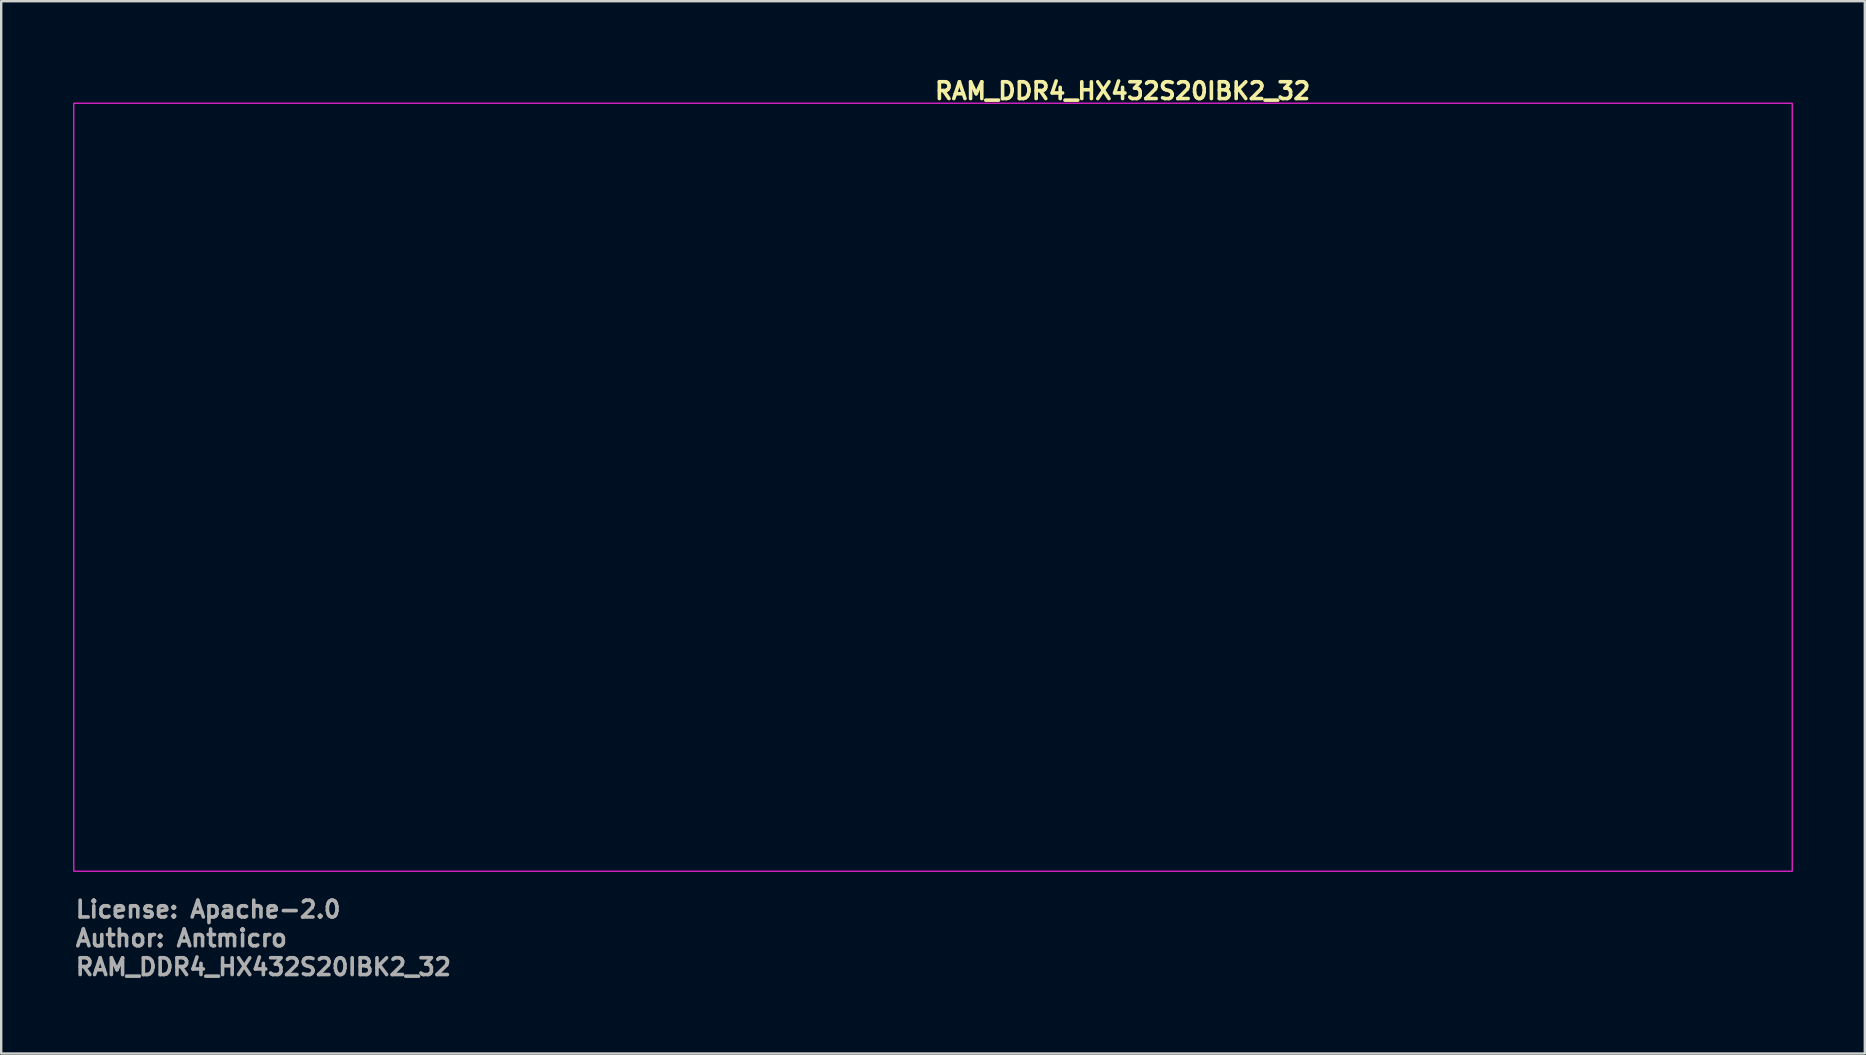
<source format=kicad_pcb>
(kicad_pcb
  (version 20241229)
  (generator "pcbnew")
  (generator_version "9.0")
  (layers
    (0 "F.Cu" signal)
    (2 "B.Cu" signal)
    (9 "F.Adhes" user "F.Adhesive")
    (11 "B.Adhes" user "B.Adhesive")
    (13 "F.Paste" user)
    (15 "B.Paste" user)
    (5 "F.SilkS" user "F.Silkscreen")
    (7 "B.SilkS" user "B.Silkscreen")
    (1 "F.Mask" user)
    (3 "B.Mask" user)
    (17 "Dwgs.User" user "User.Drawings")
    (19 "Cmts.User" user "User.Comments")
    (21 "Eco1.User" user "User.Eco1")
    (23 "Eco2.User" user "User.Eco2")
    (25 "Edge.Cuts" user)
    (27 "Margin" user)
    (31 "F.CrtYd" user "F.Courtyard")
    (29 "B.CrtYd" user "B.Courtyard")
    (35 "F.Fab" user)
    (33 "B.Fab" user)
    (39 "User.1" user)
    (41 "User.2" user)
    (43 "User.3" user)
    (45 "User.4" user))
  (footprint "RAM_DDR4_HX432S20IBK2_32"
    (layer "F.Cu")
    (at 35.825 17.25)
    (property "Reference" "RAM_DDR4_HX432S20IBK2_32" (at 0 -16.1 0) (layer "F.SilkS") (effects (font (size 0.7 0.7) (thickness 0.15)) (justify left bottom)))
    (attr exclude_from_pos_files exclude_from_bom)
    (fp_rect (start -35.8 -16) (end 35.8 16) (stroke (width 0.05) (type solid)) (fill no) (layer "F.CrtYd"))
    (fp_rect (start -34.8 -15) (end 34.8 15) (stroke (width 0.1) (type solid)) (fill no) (layer "User.5"))
    (fp_line (start -34.8 -14.4) (end -34.8 -7) (stroke (width 0.02) (type solid)) (layer "User.9"))
    (fp_line (start -34.8 -3) (end -34.8 14.4) (stroke (width 0.02) (type solid)) (layer "User.9"))
    (fp_line (start -34.8 -3) (end -33.7 -3) (stroke (width 0.02) (type solid)) (layer "User.9"))
    (fp_line (start -34.8 14.4) (end -34.2 15) (stroke (width 0.02) (type solid)) (layer "User.9"))
    (fp_line (start -34.2 -15) (end -34.8 -14.4) (stroke (width 0.02) (type solid)) (layer "User.9"))
    (fp_line (start -34.2 15) (end -32.75 15) (stroke (width 0.02) (type solid)) (layer "User.9"))
    (fp_line (start -33.7 -7) (end -34.8 -7) (stroke (width 0.02) (type solid)) (layer "User.9"))
    (fp_line (start -33.7 -3) (end -33.632 -3.004) (stroke (width 0.02) (type solid)) (layer "User.9"))
    (fp_line (start -33.632 -6.996) (end -33.7 -7) (stroke (width 0.02) (type solid)) (layer "User.9"))
    (fp_line (start -33.632 -3.004) (end -33.565 -3.014) (stroke (width 0.02) (type solid)) (layer "User.9"))
    (fp_line (start -33.565 -6.986) (end -33.632 -6.996) (stroke (width 0.02) (type solid)) (layer "User.9"))
    (fp_line (start -33.565 -3.014) (end -33.499 -3.032) (stroke (width 0.02) (type solid)) (layer "User.9"))
    (fp_line (start -33.499 -6.968) (end -33.565 -6.986) (stroke (width 0.02) (type solid)) (layer "User.9"))
    (fp_line (start -33.499 -3.032) (end -33.436 -3.056) (stroke (width 0.02) (type solid)) (layer "User.9"))
    (fp_line (start -33.436 -6.944) (end -33.499 -6.968) (stroke (width 0.02) (type solid)) (layer "User.9"))
    (fp_line (start -33.436 -3.056) (end -33.375 -3.087) (stroke (width 0.02) (type solid)) (layer "User.9"))
    (fp_line (start -33.375 -6.913) (end -33.436 -6.944) (stroke (width 0.02) (type solid)) (layer "User.9"))
    (fp_line (start -33.375 -3.087) (end -33.318 -3.124) (stroke (width 0.02) (type solid)) (layer "User.9"))
    (fp_line (start -33.318 -6.876) (end -33.375 -6.913) (stroke (width 0.02) (type solid)) (layer "User.9"))
    (fp_line (start -33.318 -3.124) (end -33.265 -3.167) (stroke (width 0.02) (type solid)) (layer "User.9"))
    (fp_line (start -33.265 -6.833) (end -33.318 -6.876) (stroke (width 0.02) (type solid)) (layer "User.9"))
    (fp_line (start -33.265 -3.167) (end -33.217 -3.215) (stroke (width 0.02) (type solid)) (layer "User.9"))
    (fp_line (start -33.217 -6.785) (end -33.265 -6.833) (stroke (width 0.02) (type solid)) (layer "User.9"))
    (fp_line (start -33.217 -3.215) (end -33.174 -3.268) (stroke (width 0.02) (type solid)) (layer "User.9"))
    (fp_line (start -33.174 -6.732) (end -33.217 -6.785) (stroke (width 0.02) (type solid)) (layer "User.9"))
    (fp_line (start -33.174 -3.268) (end -33.137 -3.325) (stroke (width 0.02) (type solid)) (layer "User.9"))
    (fp_line (start -33.137 -6.675) (end -33.174 -6.732) (stroke (width 0.02) (type solid)) (layer "User.9"))
    (fp_line (start -33.137 -3.325) (end -33.106 -3.386) (stroke (width 0.02) (type solid)) (layer "User.9"))
    (fp_line (start -33.106 -6.614) (end -33.137 -6.675) (stroke (width 0.02) (type solid)) (layer "User.9"))
    (fp_line (start -33.106 -3.386) (end -33.082 -3.449) (stroke (width 0.02) (type solid)) (layer "User.9"))
    (fp_line (start -33.082 -6.551) (end -33.106 -6.614) (stroke (width 0.02) (type solid)) (layer "User.9"))
    (fp_line (start -33.082 -3.449) (end -33.064 -3.515) (stroke (width 0.02) (type solid)) (layer "User.9"))
    (fp_line (start -33.064 -6.485) (end -33.082 -6.551) (stroke (width 0.02) (type solid)) (layer "User.9"))
    (fp_line (start -33.064 -3.515) (end -33.054 -3.582) (stroke (width 0.02) (type solid)) (layer "User.9"))
    (fp_line (start -33.054 -6.418) (end -33.064 -6.485) (stroke (width 0.02) (type solid)) (layer "User.9"))
    (fp_line (start -33.054 -3.582) (end -33.05 -3.65) (stroke (width 0.02) (type solid)) (layer "User.9"))
    (fp_line (start -33.05 -6.35) (end -33.054 -6.418) (stroke (width 0.02) (type solid)) (layer "User.9"))
    (fp_line (start -33.05 -3.65) (end -33.05 -6.35) (stroke (width 0.02) (type solid)) (layer "User.9"))
    (fp_line (start -32.75 12.45) (end -32.75 15) (stroke (width 0.02) (type solid)) (layer "User.9"))
    (fp_line (start -32.75 15) (end 2.25 15) (stroke (width 0.02) (type solid)) (layer "User.9"))
    (fp_line (start -26.8 -2.25) (end -26.8 9.25) (stroke (width 0.02) (type solid)) (layer "User.9"))
    (fp_line (start -26.8 9.25) (end -17.8 9.25) (stroke (width 0.02) (type solid)) (layer "User.9"))
    (fp_line (start -25.3 -14.25) (end -25.3 -2.75) (stroke (width 0.02) (type solid)) (layer "User.9"))
    (fp_line (start -25.3 -2.75) (end -16.3 -2.75) (stroke (width 0.02) (type solid)) (layer "User.9"))
    (fp_line (start -17.8 -2.25) (end -26.8 -2.25) (stroke (width 0.02) (type solid)) (layer "User.9"))
    (fp_line (start -17.8 9.25) (end -17.8 -2.25) (stroke (width 0.02) (type solid)) (layer "User.9"))
    (fp_line (start -16.3 -14.25) (end -25.3 -14.25) (stroke (width 0.02) (type solid)) (layer "User.9"))
    (fp_line (start -16.3 -2.75) (end -16.3 -14.25) (stroke (width 0.02) (type solid)) (layer "User.9"))
    (fp_line (start -15.3 -2.25) (end -15.3 9.25) (stroke (width 0.02) (type solid)) (layer "User.9"))
    (fp_line (start -15.3 9.25) (end -6.3 9.25) (stroke (width 0.02) (type solid)) (layer "User.9"))
    (fp_line (start -13.8 -14.25) (end -13.8 -2.75) (stroke (width 0.02) (type solid)) (layer "User.9"))
    (fp_line (start -13.8 -2.75) (end -4.8 -2.75) (stroke (width 0.02) (type solid)) (layer "User.9"))
    (fp_line (start -6.3 -2.25) (end -15.3 -2.25) (stroke (width 0.02) (type solid)) (layer "User.9"))
    (fp_line (start -6.3 9.25) (end -6.3 -2.25) (stroke (width 0.02) (type solid)) (layer "User.9"))
    (fp_line (start -4.8 -14.25) (end -13.8 -14.25) (stroke (width 0.02) (type solid)) (layer "User.9"))
    (fp_line (start -4.8 -2.75) (end -4.8 -14.25) (stroke (width 0.02) (type solid)) (layer "User.9"))
    (fp_line (start -1 -11.25) (end -1 -8.25) (stroke (width 0.02) (type solid)) (layer "User.9"))
    (fp_line (start -1 -8.25) (end 1 -8.25) (stroke (width 0.02) (type solid)) (layer "User.9"))
    (fp_line (start 1 -11.25) (end -1 -11.25) (stroke (width 0.02) (type solid)) (layer "User.9"))
    (fp_line (start 1 -8.25) (end 1 -11.25) (stroke (width 0.02) (type solid)) (layer "User.9"))
    (fp_line (start 2.25 12.45) (end -32.75 12.45) (stroke (width 0.02) (type solid)) (layer "User.9"))
    (fp_line (start 2.25 15) (end 2.25 12.45) (stroke (width 0.02) (type solid)) (layer "User.9"))
    (fp_line (start 2.25 15) (end 2.75 15) (stroke (width 0.02) (type solid)) (layer "User.9"))
    (fp_line (start 2.75 15) (end 3 14.75) (stroke (width 0.02) (type solid)) (layer "User.9"))
    (fp_line (start 3 11.5) (end 3 14.75) (stroke (width 0.02) (type solid)) (layer "User.9"))
    (fp_line (start 3.004 11.437) (end 3 11.5) (stroke (width 0.02) (type solid)) (layer "User.9"))
    (fp_line (start 3.016 11.376) (end 3.004 11.437) (stroke (width 0.02) (type solid)) (layer "User.9"))
    (fp_line (start 3.035 11.316) (end 3.016 11.376) (stroke (width 0.02) (type solid)) (layer "User.9"))
    (fp_line (start 3.062 11.259) (end 3.035 11.316) (stroke (width 0.02) (type solid)) (layer "User.9"))
    (fp_line (start 3.095 11.206) (end 3.062 11.259) (stroke (width 0.02) (type solid)) (layer "User.9"))
    (fp_line (start 3.136 11.158) (end 3.095 11.206) (stroke (width 0.02) (type solid)) (layer "User.9"))
    (fp_line (start 3.181 11.115) (end 3.136 11.158) (stroke (width 0.02) (type solid)) (layer "User.9"))
    (fp_line (start 3.232 11.078) (end 3.181 11.115) (stroke (width 0.02) (type solid)) (layer "User.9"))
    (fp_line (start 3.287 11.048) (end 3.232 11.078) (stroke (width 0.02) (type solid)) (layer "User.9"))
    (fp_line (start 3.345 11.024) (end 3.287 11.048) (stroke (width 0.02) (type solid)) (layer "User.9"))
    (fp_line (start 3.406 11.009) (end 3.345 11.024) (stroke (width 0.02) (type solid)) (layer "User.9"))
    (fp_line (start 3.469 11.001) (end 3.406 11.009) (stroke (width 0.02) (type solid)) (layer "User.9"))
    (fp_line (start 3.531 11.001) (end 3.469 11.001) (stroke (width 0.02) (type solid)) (layer "User.9"))
    (fp_line (start 3.594 11.009) (end 3.531 11.001) (stroke (width 0.02) (type solid)) (layer "User.9"))
    (fp_line (start 3.655 11.024) (end 3.594 11.009) (stroke (width 0.02) (type solid)) (layer "User.9"))
    (fp_line (start 3.713 11.048) (end 3.655 11.024) (stroke (width 0.02) (type solid)) (layer "User.9"))
    (fp_line (start 3.768 11.078) (end 3.713 11.048) (stroke (width 0.02) (type solid)) (layer "User.9"))
    (fp_line (start 3.819 11.115) (end 3.768 11.078) (stroke (width 0.02) (type solid)) (layer "User.9"))
    (fp_line (start 3.864 11.158) (end 3.819 11.115) (stroke (width 0.02) (type solid)) (layer "User.9"))
    (fp_line (start 3.905 11.206) (end 3.864 11.158) (stroke (width 0.02) (type solid)) (layer "User.9"))
    (fp_line (start 3.938 11.259) (end 3.905 11.206) (stroke (width 0.02) (type solid)) (layer "User.9"))
    (fp_line (start 3.965 11.316) (end 3.938 11.259) (stroke (width 0.02) (type solid)) (layer "User.9"))
    (fp_line (start 3.984 11.376) (end 3.965 11.316) (stroke (width 0.02) (type solid)) (layer "User.9"))
    (fp_line (start 3.996 11.437) (end 3.984 11.376) (stroke (width 0.02) (type solid)) (layer "User.9"))
    (fp_line (start 4 11.5) (end 3.996 11.437) (stroke (width 0.02) (type solid)) (layer "User.9"))
    (fp_line (start 4 14.75) (end 4 11.5) (stroke (width 0.02) (type solid)) (layer "User.9"))
    (fp_line (start 4 14.75) (end 4.25 15) (stroke (width 0.02) (type solid)) (layer "User.9"))
    (fp_line (start 4.25 15) (end 4.75 15) (stroke (width 0.02) (type solid)) (layer "User.9"))
    (fp_line (start 4.75 12.45) (end 4.75 15) (stroke (width 0.02) (type solid)) (layer "User.9"))
    (fp_line (start 4.75 15) (end 32.75 15) (stroke (width 0.02) (type solid)) (layer "User.9"))
    (fp_line (start 4.8 -14.25) (end 4.8 -2.75) (stroke (width 0.02) (type solid)) (layer "User.9"))
    (fp_line (start 4.8 -2.75) (end 13.8 -2.75) (stroke (width 0.02) (type solid)) (layer "User.9"))
    (fp_line (start 6.3 -2.25) (end 6.3 9.25) (stroke (width 0.02) (type solid)) (layer "User.9"))
    (fp_line (start 6.3 9.25) (end 15.3 9.25) (stroke (width 0.02) (type solid)) (layer "User.9"))
    (fp_line (start 13.8 -14.25) (end 4.8 -14.25) (stroke (width 0.02) (type solid)) (layer "User.9"))
    (fp_line (start 13.8 -2.75) (end 13.8 -14.25) (stroke (width 0.02) (type solid)) (layer "User.9"))
    (fp_line (start 15.3 -2.25) (end 6.3 -2.25) (stroke (width 0.02) (type solid)) (layer "User.9"))
    (fp_line (start 15.3 9.25) (end 15.3 -2.25) (stroke (width 0.02) (type solid)) (layer "User.9"))
    (fp_line (start 16.3 -14.25) (end 16.3 -2.75) (stroke (width 0.02) (type solid)) (layer "User.9"))
    (fp_line (start 16.3 -2.75) (end 25.3 -2.75) (stroke (width 0.02) (type solid)) (layer "User.9"))
    (fp_line (start 17.8 -2.25) (end 17.8 9.25) (stroke (width 0.02) (type solid)) (layer "User.9"))
    (fp_line (start 17.8 9.25) (end 26.8 9.25) (stroke (width 0.02) (type solid)) (layer "User.9"))
    (fp_line (start 25.3 -14.25) (end 16.3 -14.25) (stroke (width 0.02) (type solid)) (layer "User.9"))
    (fp_line (start 25.3 -2.75) (end 25.3 -14.25) (stroke (width 0.02) (type solid)) (layer "User.9"))
    (fp_line (start 26.8 -2.25) (end 17.8 -2.25) (stroke (width 0.02) (type solid)) (layer "User.9"))
    (fp_line (start 26.8 9.25) (end 26.8 -2.25) (stroke (width 0.02) (type solid)) (layer "User.9"))
    (fp_line (start 32.75 12.45) (end 4.75 12.45) (stroke (width 0.02) (type solid)) (layer "User.9"))
    (fp_line (start 32.75 15) (end 32.75 12.45) (stroke (width 0.02) (type solid)) (layer "User.9"))
    (fp_line (start 32.75 15) (end 34.2 15) (stroke (width 0.02) (type solid)) (layer "User.9"))
    (fp_line (start 33.05 -6.35) (end 33.05 -3.65) (stroke (width 0.02) (type solid)) (layer "User.9"))
    (fp_line (start 33.05 -3.65) (end 33.054 -3.582) (stroke (width 0.02) (type solid)) (layer "User.9"))
    (fp_line (start 33.054 -6.418) (end 33.05 -6.35) (stroke (width 0.02) (type solid)) (layer "User.9"))
    (fp_line (start 33.054 -3.582) (end 33.064 -3.515) (stroke (width 0.02) (type solid)) (layer "User.9"))
    (fp_line (start 33.064 -6.485) (end 33.054 -6.418) (stroke (width 0.02) (type solid)) (layer "User.9"))
    (fp_line (start 33.064 -3.515) (end 33.082 -3.449) (stroke (width 0.02) (type solid)) (layer "User.9"))
    (fp_line (start 33.082 -6.551) (end 33.064 -6.485) (stroke (width 0.02) (type solid)) (layer "User.9"))
    (fp_line (start 33.082 -3.449) (end 33.106 -3.386) (stroke (width 0.02) (type solid)) (layer "User.9"))
    (fp_line (start 33.106 -6.614) (end 33.082 -6.551) (stroke (width 0.02) (type solid)) (layer "User.9"))
    (fp_line (start 33.106 -3.386) (end 33.137 -3.325) (stroke (width 0.02) (type solid)) (layer "User.9"))
    (fp_line (start 33.137 -6.675) (end 33.106 -6.614) (stroke (width 0.02) (type solid)) (layer "User.9"))
    (fp_line (start 33.137 -3.325) (end 33.174 -3.268) (stroke (width 0.02) (type solid)) (layer "User.9"))
    (fp_line (start 33.174 -6.732) (end 33.137 -6.675) (stroke (width 0.02) (type solid)) (layer "User.9"))
    (fp_line (start 33.174 -3.268) (end 33.217 -3.215) (stroke (width 0.02) (type solid)) (layer "User.9"))
    (fp_line (start 33.217 -6.785) (end 33.174 -6.732) (stroke (width 0.02) (type solid)) (layer "User.9"))
    (fp_line (start 33.217 -3.215) (end 33.265 -3.167) (stroke (width 0.02) (type solid)) (layer "User.9"))
    (fp_line (start 33.265 -6.833) (end 33.217 -6.785) (stroke (width 0.02) (type solid)) (layer "User.9"))
    (fp_line (start 33.265 -3.167) (end 33.318 -3.124) (stroke (width 0.02) (type solid)) (layer "User.9"))
    (fp_line (start 33.318 -6.876) (end 33.265 -6.833) (stroke (width 0.02) (type solid)) (layer "User.9"))
    (fp_line (start 33.318 -3.124) (end 33.375 -3.087) (stroke (width 0.02) (type solid)) (layer "User.9"))
    (fp_line (start 33.375 -6.913) (end 33.318 -6.876) (stroke (width 0.02) (type solid)) (layer "User.9"))
    (fp_line (start 33.375 -3.087) (end 33.436 -3.056) (stroke (width 0.02) (type solid)) (layer "User.9"))
    (fp_line (start 33.436 -6.944) (end 33.375 -6.913) (stroke (width 0.02) (type solid)) (layer "User.9"))
    (fp_line (start 33.436 -3.056) (end 33.499 -3.032) (stroke (width 0.02) (type solid)) (layer "User.9"))
    (fp_line (start 33.499 -6.968) (end 33.436 -6.944) (stroke (width 0.02) (type solid)) (layer "User.9"))
    (fp_line (start 33.499 -3.032) (end 33.565 -3.014) (stroke (width 0.02) (type solid)) (layer "User.9"))
    (fp_line (start 33.565 -6.986) (end 33.499 -6.968) (stroke (width 0.02) (type solid)) (layer "User.9"))
    (fp_line (start 33.565 -3.014) (end 33.632 -3.004) (stroke (width 0.02) (type solid)) (layer "User.9"))
    (fp_line (start 33.632 -6.996) (end 33.565 -6.986) (stroke (width 0.02) (type solid)) (layer "User.9"))
    (fp_line (start 33.632 -3.004) (end 33.7 -3) (stroke (width 0.02) (type solid)) (layer "User.9"))
    (fp_line (start 33.7 -7) (end 33.632 -6.996) (stroke (width 0.02) (type solid)) (layer "User.9"))
    (fp_line (start 33.7 -3) (end 34.8 -3) (stroke (width 0.02) (type solid)) (layer "User.9"))
    (fp_line (start 34.2 -15) (end -34.2 -15) (stroke (width 0.02) (type solid)) (layer "User.9"))
    (fp_line (start 34.2 15) (end 34.8 14.4) (stroke (width 0.02) (type solid)) (layer "User.9"))
    (fp_line (start 34.8 -14.4) (end 34.2 -15) (stroke (width 0.02) (type solid)) (layer "User.9"))
    (fp_line (start 34.8 -7) (end 33.7 -7) (stroke (width 0.02) (type solid)) (layer "User.9"))
    (fp_line (start 34.8 -7) (end 34.8 -14.4) (stroke (width 0.02) (type solid)) (layer "User.9"))
    (fp_line (start 34.8 14.4) (end 34.8 -3) (stroke (width 0.02) (type solid)) (layer "User.9"))
    (fp_circle (center -32.8 9) (end -31.9 9) (stroke (width 0.02) (type default)) (fill no) (layer "User.9"))
    (fp_circle (center 32.8 9) (end 33.7 9) (stroke (width 0.02) (type default)) (fill no) (layer "User.9"))
    (fp_text user "Author: Antmicro" (at -35.8 19.2 0) (layer "F.Fab") (effects (font (size 0.7 0.7) (thickness 0.15)) (justify left bottom)))
    (fp_text user "License: Apache-2.0" (at -35.8 18 0) (layer "F.Fab") (effects (font (size 0.7 0.7) (thickness 0.15)) (justify left bottom)))
    (fp_text user "${REFERENCE}" (at -35.8 20.4 0) (layer "F.Fab") (effects (font (size 0.7 0.7) (thickness 0.15)) (justify left bottom))))
  (gr_rect
    (start -3 -3)
    (end 74.65 40.846)
    (stroke (width 0.1) (type default))
    (fill no)
    (layer "Edge.Cuts")))
</source>
